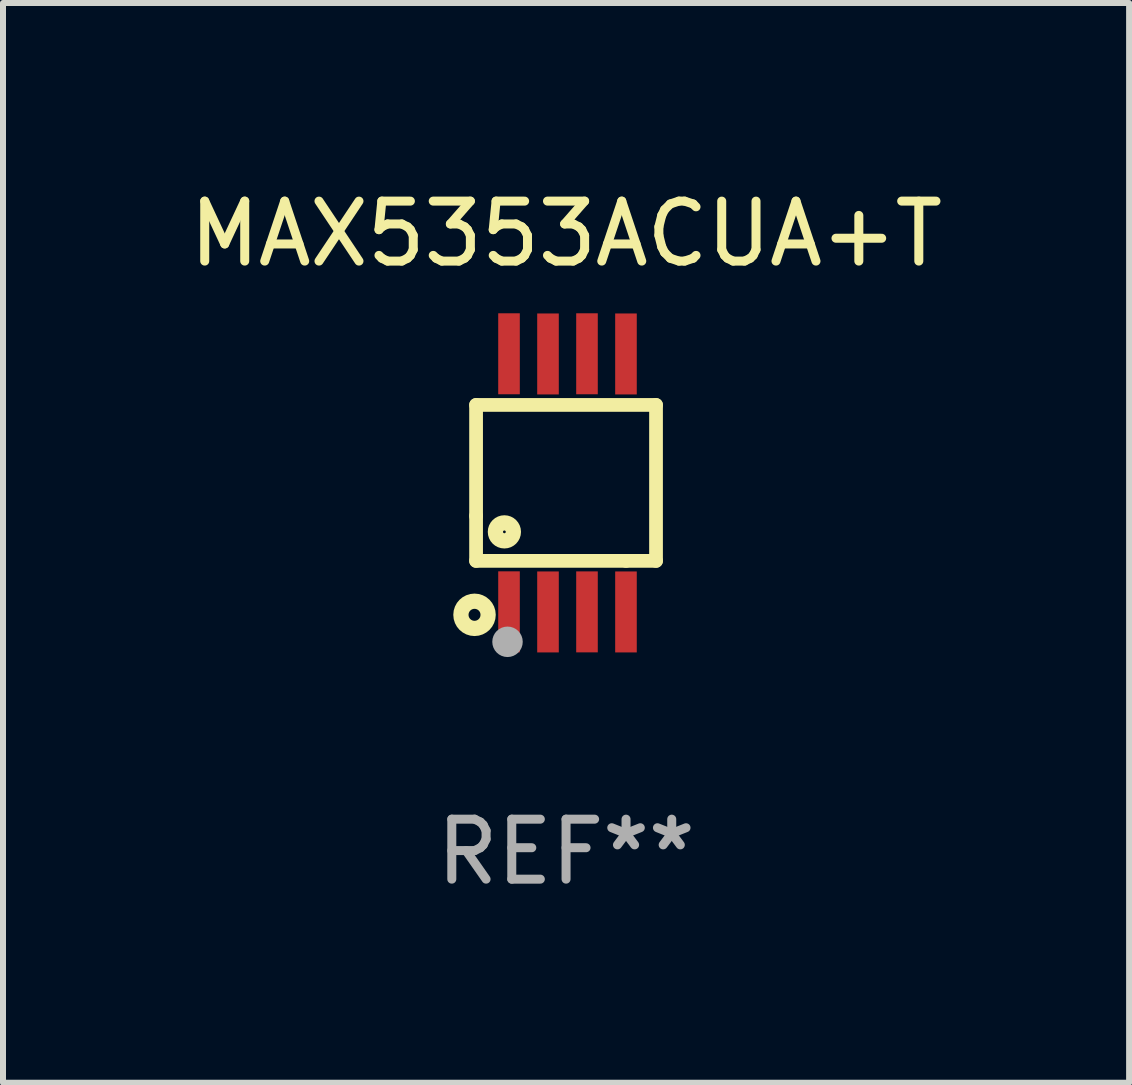
<source format=kicad_pcb>
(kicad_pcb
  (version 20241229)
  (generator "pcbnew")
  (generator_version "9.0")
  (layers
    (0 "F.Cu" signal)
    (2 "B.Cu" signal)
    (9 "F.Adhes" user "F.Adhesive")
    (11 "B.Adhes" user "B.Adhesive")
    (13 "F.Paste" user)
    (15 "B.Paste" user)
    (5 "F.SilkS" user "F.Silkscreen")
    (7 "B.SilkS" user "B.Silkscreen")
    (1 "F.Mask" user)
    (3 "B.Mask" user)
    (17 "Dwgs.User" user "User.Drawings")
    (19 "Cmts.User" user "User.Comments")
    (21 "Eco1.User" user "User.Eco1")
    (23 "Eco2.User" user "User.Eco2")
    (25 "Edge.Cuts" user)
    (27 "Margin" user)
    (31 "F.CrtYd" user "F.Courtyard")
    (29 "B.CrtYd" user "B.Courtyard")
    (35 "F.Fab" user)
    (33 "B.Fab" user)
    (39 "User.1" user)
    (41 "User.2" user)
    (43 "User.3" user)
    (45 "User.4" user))
  (footprint "MAX5353ACUA+T"
    (layer "F.Cu")
    (at 6.387 5)
    (property "Reference" "MAX5353ACUA+T" (at 0 -4.152 0) (layer "F.SilkS") (effects (font (size 1 1) (thickness 0.15))))
    (attr through_hole)
    (fp_line (start -1.5 1.301) (end 1 1.301) (stroke (width 0.229) (type solid)) (layer "F.SilkS"))
    (fp_line (start -1.5 -1.299) (end -1.5 0.551) (stroke (width 0.229) (type solid)) (layer "F.SilkS"))
    (fp_line (start -1.5 0.551) (end -1.5 1.301) (stroke (width 0.229) (type solid)) (layer "F.SilkS"))
    (fp_line (start 1 1.301) (end 1.5 1.301) (stroke (width 0.229) (type solid)) (layer "F.SilkS"))
    (fp_line (start 1.5 1.301) (end 1.5 -1.299) (stroke (width 0.229) (type solid)) (layer "F.SilkS"))
    (fp_line (start 1.5 -1.299) (end -1.5 -1.299) (stroke (width 0.229) (type solid)) (layer "F.SilkS"))
    (fp_circle (center -1.526 2.2) (end -1.426 2.2) (stroke (width 0.254) (type solid)) (fill no) (layer "F.SilkS"))
    (fp_circle (center -1.476 2.45) (end -1.446 2.45) (stroke (width 0.06) (type solid)) (fill no) (layer "F.SilkS"))
    (fp_circle (center -1.028 0.817) (end -0.878 0.817) (stroke (width 0.254) (type solid)) (fill no) (layer "F.SilkS"))
    (fp_circle (center -0.976 2.65) (end -0.849 2.65) (stroke (width 0.254) (type solid)) (fill no) (layer "F.Fab"))
    (fp_text user "REF**" (at 0 6.152 0) (layer "F.Fab") (effects (font (size 1 1) (thickness 0.15))))
    (pad "1" smd rect (at -0.951 2.15) (size 0.36 1.35) (layers "F.Cu" "F.Mask" "F.Paste"))
    (pad "2" smd rect (at -0.301 2.152) (size 0.36 1.35) (layers "F.Cu" "F.Mask" "F.Paste"))
    (pad "3" smd rect (at 0.349 2.151) (size 0.36 1.35) (layers "F.Cu" "F.Mask" "F.Paste"))
    (pad "4" smd rect (at 0.999 2.152) (size 0.36 1.35) (layers "F.Cu" "F.Mask" "F.Paste"))
    (pad "5" smd rect (at 0.999 -2.149) (size 0.36 1.35) (layers "F.Cu" "F.Mask" "F.Paste"))
    (pad "6" smd rect (at 0.349 -2.152) (size 0.36 1.35) (layers "F.Cu" "F.Mask" "F.Paste"))
    (pad "7" smd rect (at -0.301 -2.149) (size 0.36 1.35) (layers "F.Cu" "F.Mask" "F.Paste"))
    (pad "8" smd rect (at -0.951 -2.152) (size 0.36 1.35) (layers "F.Cu" "F.Mask" "F.Paste")))
  (gr_rect
    (start -3 -3)
    (end 15.774 15.001)
    (stroke (width 0.1) (type default))
    (fill no)
    (layer "Edge.Cuts")))
</source>
